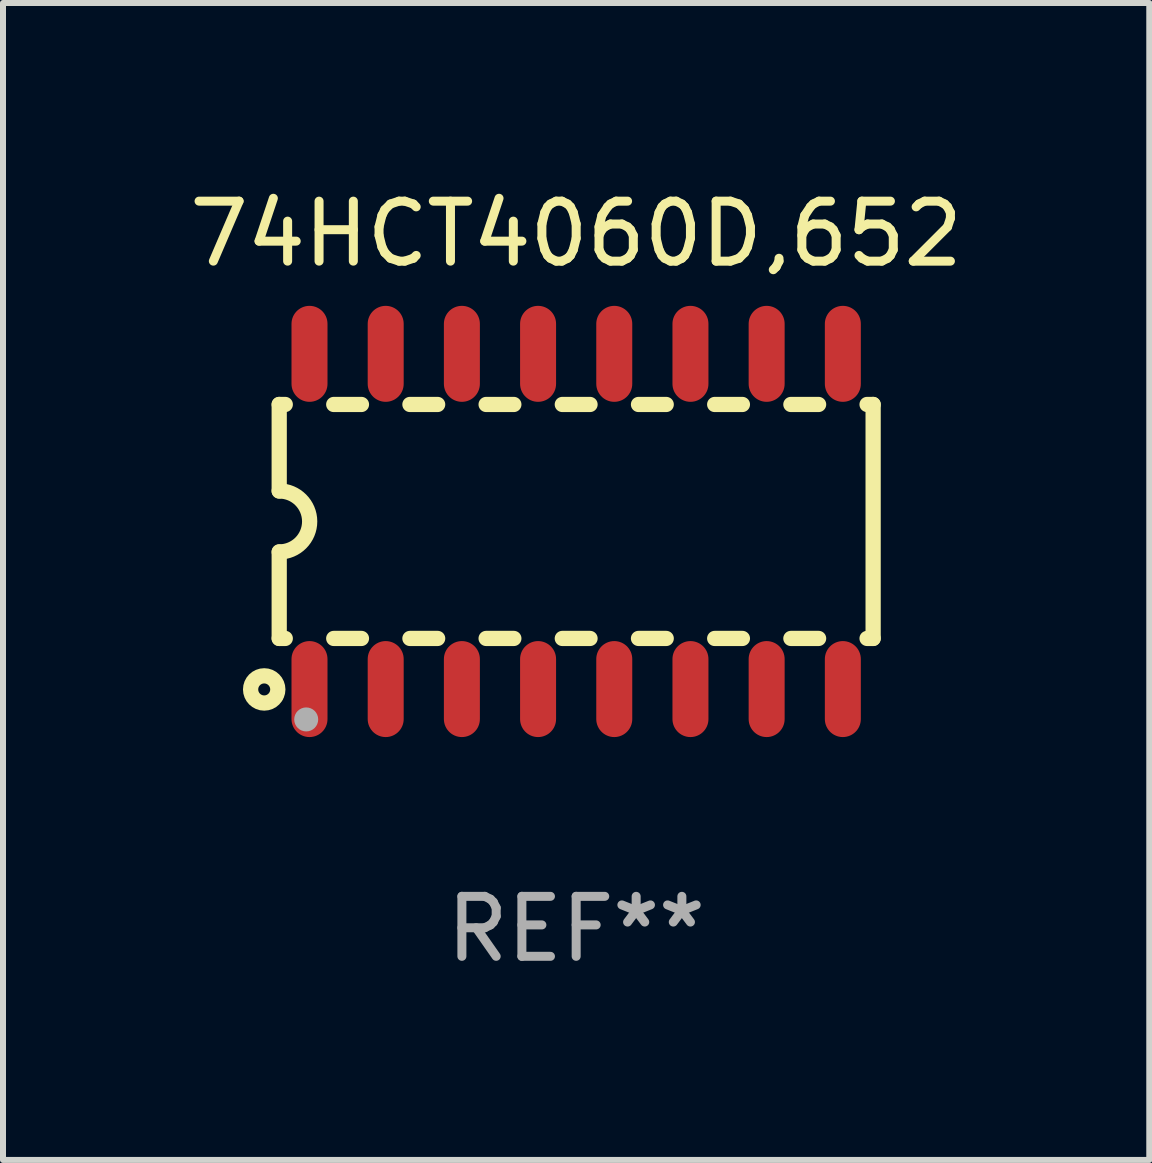
<source format=kicad_pcb>
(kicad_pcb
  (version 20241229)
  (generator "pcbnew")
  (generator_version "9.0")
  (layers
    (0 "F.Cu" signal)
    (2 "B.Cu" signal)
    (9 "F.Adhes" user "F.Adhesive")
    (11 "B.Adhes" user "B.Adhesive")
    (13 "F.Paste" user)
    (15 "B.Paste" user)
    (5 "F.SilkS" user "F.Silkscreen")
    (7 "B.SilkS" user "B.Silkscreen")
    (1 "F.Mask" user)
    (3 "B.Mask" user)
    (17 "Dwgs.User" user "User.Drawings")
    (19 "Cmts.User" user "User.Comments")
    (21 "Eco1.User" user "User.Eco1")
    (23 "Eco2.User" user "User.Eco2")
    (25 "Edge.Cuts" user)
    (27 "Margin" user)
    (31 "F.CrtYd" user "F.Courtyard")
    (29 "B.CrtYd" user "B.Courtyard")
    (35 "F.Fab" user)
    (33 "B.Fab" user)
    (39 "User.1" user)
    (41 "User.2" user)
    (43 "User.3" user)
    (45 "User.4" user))
  (footprint "74HCT4060D,652"
    (layer "F.Cu")
    (at 6.554 5.642)
    (property "Reference" "74HCT4060D,652" (at 0 -4.794 0) (layer "F.SilkS") (effects (font (size 1 1) (thickness 0.15))))
    (attr through_hole)
    (fp_line (start -4.95 -1.95) (end -4.95 -0.508) (stroke (width 0.254) (type solid)) (layer "F.SilkS"))
    (fp_line (start -4.95 -1.95) (end -4.849 -1.95) (stroke (width 0.254) (type solid)) (layer "F.SilkS"))
    (fp_line (start -4.95 1.95) (end -4.95 0.508) (stroke (width 0.254) (type solid)) (layer "F.SilkS"))
    (fp_line (start -4.95 1.95) (end -4.849 1.95) (stroke (width 0.254) (type solid)) (layer "F.SilkS"))
    (fp_line (start -4.041 -1.95) (end -3.579 -1.95) (stroke (width 0.254) (type solid)) (layer "F.SilkS"))
    (fp_line (start -4.041 1.95) (end -3.579 1.95) (stroke (width 0.254) (type solid)) (layer "F.SilkS"))
    (fp_line (start -2.771 -1.95) (end -2.309 -1.95) (stroke (width 0.254) (type solid)) (layer "F.SilkS"))
    (fp_line (start -2.771 1.95) (end -2.309 1.95) (stroke (width 0.254) (type solid)) (layer "F.SilkS"))
    (fp_line (start -1.501 -1.95) (end -1.039 -1.95) (stroke (width 0.254) (type solid)) (layer "F.SilkS"))
    (fp_line (start -1.501 1.95) (end -1.039 1.95) (stroke (width 0.254) (type solid)) (layer "F.SilkS"))
    (fp_line (start -0.231 -1.95) (end 0.231 -1.95) (stroke (width 0.254) (type solid)) (layer "F.SilkS"))
    (fp_line (start -0.231 1.95) (end 0.231 1.95) (stroke (width 0.254) (type solid)) (layer "F.SilkS"))
    (fp_line (start 1.039 -1.95) (end 1.501 -1.95) (stroke (width 0.254) (type solid)) (layer "F.SilkS"))
    (fp_line (start 1.039 1.95) (end 1.501 1.95) (stroke (width 0.254) (type solid)) (layer "F.SilkS"))
    (fp_line (start 2.309 -1.95) (end 2.771 -1.95) (stroke (width 0.254) (type solid)) (layer "F.SilkS"))
    (fp_line (start 2.309 1.95) (end 2.771 1.95) (stroke (width 0.254) (type solid)) (layer "F.SilkS"))
    (fp_line (start 3.579 -1.95) (end 4.041 -1.95) (stroke (width 0.254) (type solid)) (layer "F.SilkS"))
    (fp_line (start 3.579 1.95) (end 4.041 1.95) (stroke (width 0.254) (type solid)) (layer "F.SilkS"))
    (fp_line (start 4.849 -1.95) (end 4.95 -1.95) (stroke (width 0.254) (type solid)) (layer "F.SilkS"))
    (fp_line (start 4.849 1.95) (end 4.95 1.95) (stroke (width 0.254) (type solid)) (layer "F.SilkS"))
    (fp_line (start 4.95 -1.95) (end 4.95 1.95) (stroke (width 0.254) (type solid)) (layer "F.SilkS"))
    (fp_arc (start -4.95047 -0.508001) (mid -4.442469 -0.000228) (end -4.950013 0.508001) (stroke (width 0.254001) (type solid)) (layer "F.SilkS"))
    (fp_circle (center -5.2 2.8) (end -5.1 2.8) (stroke (width 0.254) (type solid)) (fill no) (layer "F.SilkS"))
    (fp_circle (center -4.95 2.947) (end -4.92 2.947) (stroke (width 0.06) (type solid)) (fill no) (layer "F.SilkS"))
    (fp_circle (center -4.5 3.3) (end -4.4 3.3) (stroke (width 0.2) (type solid)) (fill no) (layer "F.Fab"))
    (fp_text user "REF**" (at 0 6.794 0) (layer "F.Fab") (effects (font (size 1 1) (thickness 0.15))))
    (pad "1" smd oval (at -4.445 2.794) (size 0.6 1.6) (layers "F.Cu" "F.Mask" "F.Paste"))
    (pad "2" smd oval (at -3.175 2.794) (size 0.6 1.6) (layers "F.Cu" "F.Mask" "F.Paste"))
    (pad "3" smd oval (at -1.905 2.794) (size 0.6 1.6) (layers "F.Cu" "F.Mask" "F.Paste"))
    (pad "4" smd oval (at -0.635 2.794) (size 0.6 1.6) (layers "F.Cu" "F.Mask" "F.Paste"))
    (pad "5" smd oval (at 0.635 2.794) (size 0.6 1.6) (layers "F.Cu" "F.Mask" "F.Paste"))
    (pad "6" smd oval (at 1.905 2.794) (size 0.6 1.6) (layers "F.Cu" "F.Mask" "F.Paste"))
    (pad "7" smd oval (at 3.175 2.794) (size 0.6 1.6) (layers "F.Cu" "F.Mask" "F.Paste"))
    (pad "8" smd oval (at 4.445 2.794) (size 0.6 1.6) (layers "F.Cu" "F.Mask" "F.Paste"))
    (pad "9" smd oval (at 4.445 -2.794) (size 0.6 1.6) (layers "F.Cu" "F.Mask" "F.Paste"))
    (pad "10" smd oval (at 3.175 -2.794) (size 0.6 1.6) (layers "F.Cu" "F.Mask" "F.Paste"))
    (pad "11" smd oval (at 1.905 -2.794) (size 0.6 1.6) (layers "F.Cu" "F.Mask" "F.Paste"))
    (pad "12" smd oval (at 0.635 -2.794) (size 0.6 1.6) (layers "F.Cu" "F.Mask" "F.Paste"))
    (pad "13" smd oval (at -0.635 -2.794) (size 0.6 1.6) (layers "F.Cu" "F.Mask" "F.Paste"))
    (pad "14" smd oval (at -1.905 -2.794) (size 0.6 1.6) (layers "F.Cu" "F.Mask" "F.Paste"))
    (pad "15" smd oval (at -3.175 -2.794) (size 0.6 1.6) (layers "F.Cu" "F.Mask" "F.Paste"))
    (pad "16" smd oval (at -4.445 -2.794) (size 0.6 1.6) (layers "F.Cu" "F.Mask" "F.Paste")))
  (gr_rect
    (start -3 -3)
    (end 16.107 16.285)
    (stroke (width 0.1) (type default))
    (fill no)
    (layer "Edge.Cuts")))
</source>
